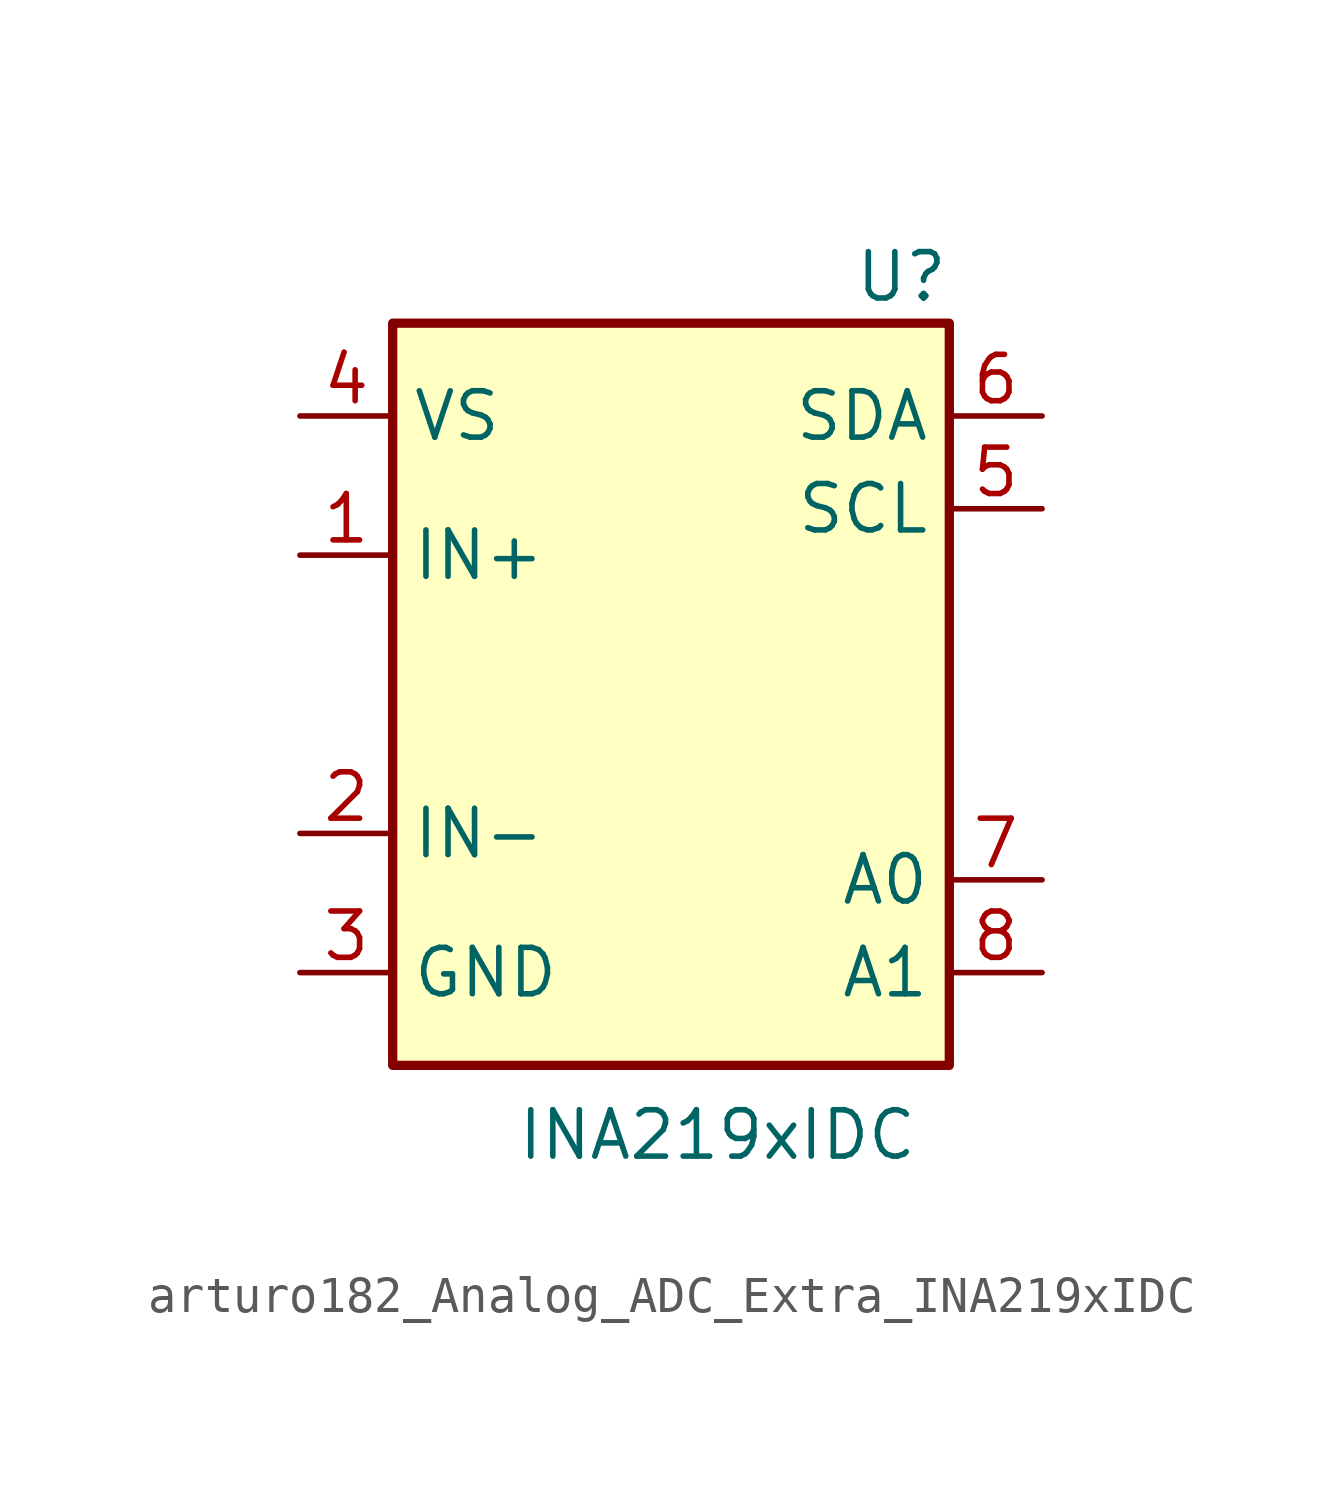
<source format=kicad_sym>
(kicad_symbol_lib
  (version 20220914)
  (generator kicad_symbol_editor)
  (symbol "Analog_ADC_Extra:arturo182_Analog_ADC_Extra_INA219xIDC"
    (pin_names
      (offset 0.508))
    (property "Reference" "U"
      (at 7.62 11.43 0)
      (effects (font (size 1.27 1.27)) (justify right)))
    (property "Value" "INA219xIDC"
      (at 1.27 -12.065 0)
      (effects (font (size 1.27 1.27))))
    (symbol "arturo182_Analog_ADC_Extra_INA219xIDC_0_1"
      (rectangle (start -7.62 10.16) (end 7.62 -10.16) (stroke (width 0.254)) (fill (type background))))
    (symbol "arturo182_Analog_ADC_Extra_INA219xIDC_1_1"
      (pin input line (at -10.16 3.81 0) (length 2.54) (name "IN+" (effects (font (size 1.27 1.27)))) (number "1" (effects (font (size 1.27 1.27)))))
      (pin input line (at -10.16 -3.81 0) (length 2.54) (name "IN-" (effects (font (size 1.27 1.27)))) (number "2" (effects (font (size 1.27 1.27)))))
      (pin power_in line (at -10.16 -7.62 0) (length 2.54) (name "GND" (effects (font (size 1.27 1.27)))) (number "3" (effects (font (size 1.27 1.27)))))
      (pin power_in line (at -10.16 7.62 0) (length 2.54) (name "VS" (effects (font (size 1.27 1.27)))) (number "4" (effects (font (size 1.27 1.27)))))
      (pin input line (at 10.16 5.08 180) (length 2.54) (name "SCL" (effects (font (size 1.27 1.27)))) (number "5" (effects (font (size 1.27 1.27)))))
      (pin bidirectional line (at 10.16 7.62 180) (length 2.54) (name "SDA" (effects (font (size 1.27 1.27)))) (number "6" (effects (font (size 1.27 1.27)))))
      (pin input line (at 10.16 -5.08 180) (length 2.54) (name "A0" (effects (font (size 1.27 1.27)))) (number "7" (effects (font (size 1.27 1.27)))))
      (pin input line (at 10.16 -7.62 180) (length 2.54) (name "A1" (effects (font (size 1.27 1.27)))) (number "8" (effects (font (size 1.27 1.27))))))))
</source>
